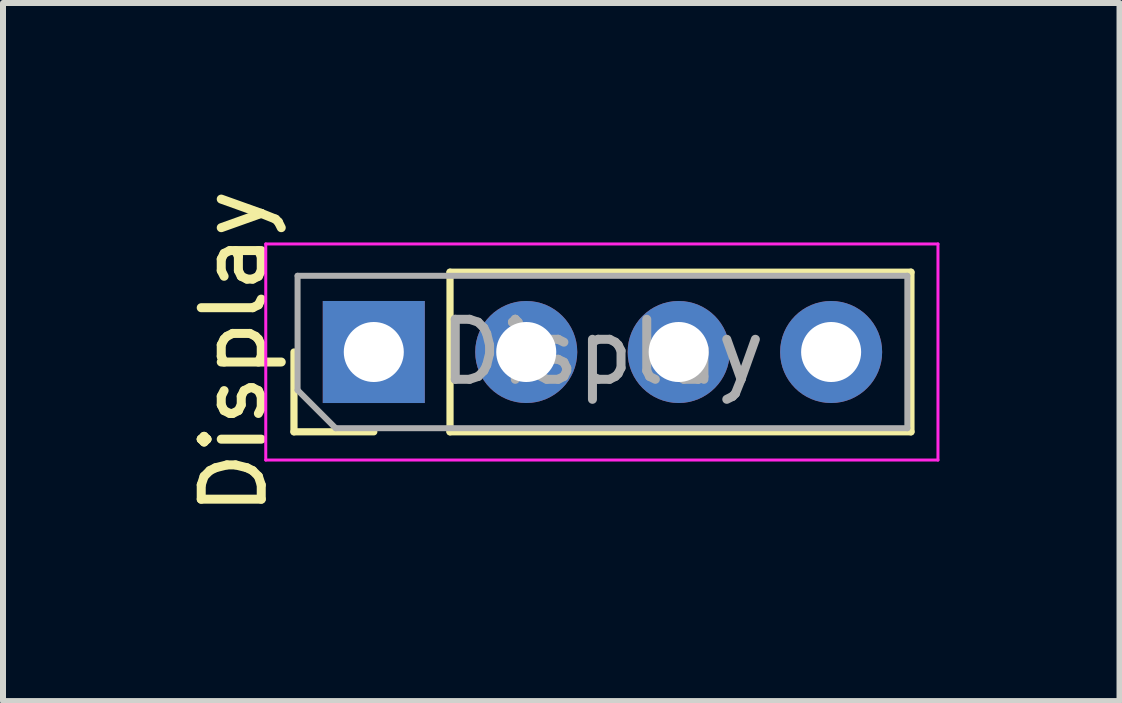
<source format=kicad_pcb>
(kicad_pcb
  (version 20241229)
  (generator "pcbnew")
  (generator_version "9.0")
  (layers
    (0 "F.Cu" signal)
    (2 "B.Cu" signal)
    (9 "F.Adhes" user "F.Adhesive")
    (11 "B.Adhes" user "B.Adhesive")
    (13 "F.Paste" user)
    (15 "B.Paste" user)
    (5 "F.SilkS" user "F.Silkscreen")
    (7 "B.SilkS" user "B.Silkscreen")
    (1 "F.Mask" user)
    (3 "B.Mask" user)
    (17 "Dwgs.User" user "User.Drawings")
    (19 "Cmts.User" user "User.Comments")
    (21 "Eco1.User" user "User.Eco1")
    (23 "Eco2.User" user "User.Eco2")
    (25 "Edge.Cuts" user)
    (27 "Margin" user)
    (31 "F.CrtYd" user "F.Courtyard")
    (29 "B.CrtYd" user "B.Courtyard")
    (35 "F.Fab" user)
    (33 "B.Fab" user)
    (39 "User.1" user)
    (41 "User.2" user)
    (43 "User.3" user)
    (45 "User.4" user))
  (footprint "Display"
    (layer "F.Cu")
    (at 6.988 2.815)
    (property "Reference" "Display" (at -6.14 0 90) (layer "F.SilkS") (effects (font (size 1 1) (thickness 0.15))))
    (attr through_hole)
    (fp_line (start -5.14 1.33) (end -5.14 0) (stroke (width 0.12) (type solid)) (layer "F.SilkS"))
    (fp_line (start -3.81 1.33) (end -5.14 1.33) (stroke (width 0.12) (type solid)) (layer "F.SilkS"))
    (fp_line (start -2.54 -1.33) (end 5.14 -1.33) (stroke (width 0.12) (type solid)) (layer "F.SilkS"))
    (fp_line (start -2.54 1.33) (end -2.54 -1.33) (stroke (width 0.12) (type solid)) (layer "F.SilkS"))
    (fp_line (start -2.54 1.33) (end 5.14 1.33) (stroke (width 0.12) (type solid)) (layer "F.SilkS"))
    (fp_line (start 5.14 1.33) (end 5.14 -1.33) (stroke (width 0.12) (type solid)) (layer "F.SilkS"))
    (fp_line (start -5.61 -1.8) (end -5.61 1.8) (stroke (width 0.05) (type solid)) (layer "F.CrtYd"))
    (fp_line (start -5.61 1.8) (end 5.59 1.8) (stroke (width 0.05) (type solid)) (layer "F.CrtYd"))
    (fp_line (start 5.59 -1.8) (end -5.61 -1.8) (stroke (width 0.05) (type solid)) (layer "F.CrtYd"))
    (fp_line (start 5.59 1.8) (end 5.59 -1.8) (stroke (width 0.05) (type solid)) (layer "F.CrtYd"))
    (fp_line (start -5.08 -1.27) (end 5.08 -1.27) (stroke (width 0.1) (type solid)) (layer "F.Fab"))
    (fp_line (start -5.08 0.635) (end -5.08 -1.27) (stroke (width 0.1) (type solid)) (layer "F.Fab"))
    (fp_line (start -4.445 1.27) (end -5.08 0.635) (stroke (width 0.1) (type solid)) (layer "F.Fab"))
    (fp_line (start 5.08 -1.27) (end 5.08 1.27) (stroke (width 0.1) (type solid)) (layer "F.Fab"))
    (fp_line (start 5.08 1.27) (end -4.445 1.27) (stroke (width 0.1) (type solid)) (layer "F.Fab"))
    (fp_text user "${REFERENCE}" (at 0 0 180) (layer "F.Fab") (effects (font (size 1 1) (thickness 0.15))))
    (pad "1" thru_hole rect (at -3.81 0 90) (size 1.7 1.7) (drill 1) (layers "*.Cu" "*.Mask"))
    (pad "2" thru_hole oval (at -1.27 0 90) (size 1.7 1.7) (drill 1) (layers "*.Cu" "*.Mask"))
    (pad "3" thru_hole oval (at 1.27 0 90) (size 1.7 1.7) (drill 1) (layers "*.Cu" "*.Mask"))
    (pad "4" thru_hole oval (at 3.81 0 90) (size 1.7 1.7) (drill 1) (layers "*.Cu" "*.Mask")))
  (gr_rect
    (start -3 -3)
    (end 15.603 8.631)
    (stroke (width 0.1) (type default))
    (fill no)
    (layer "Edge.Cuts")))
</source>
